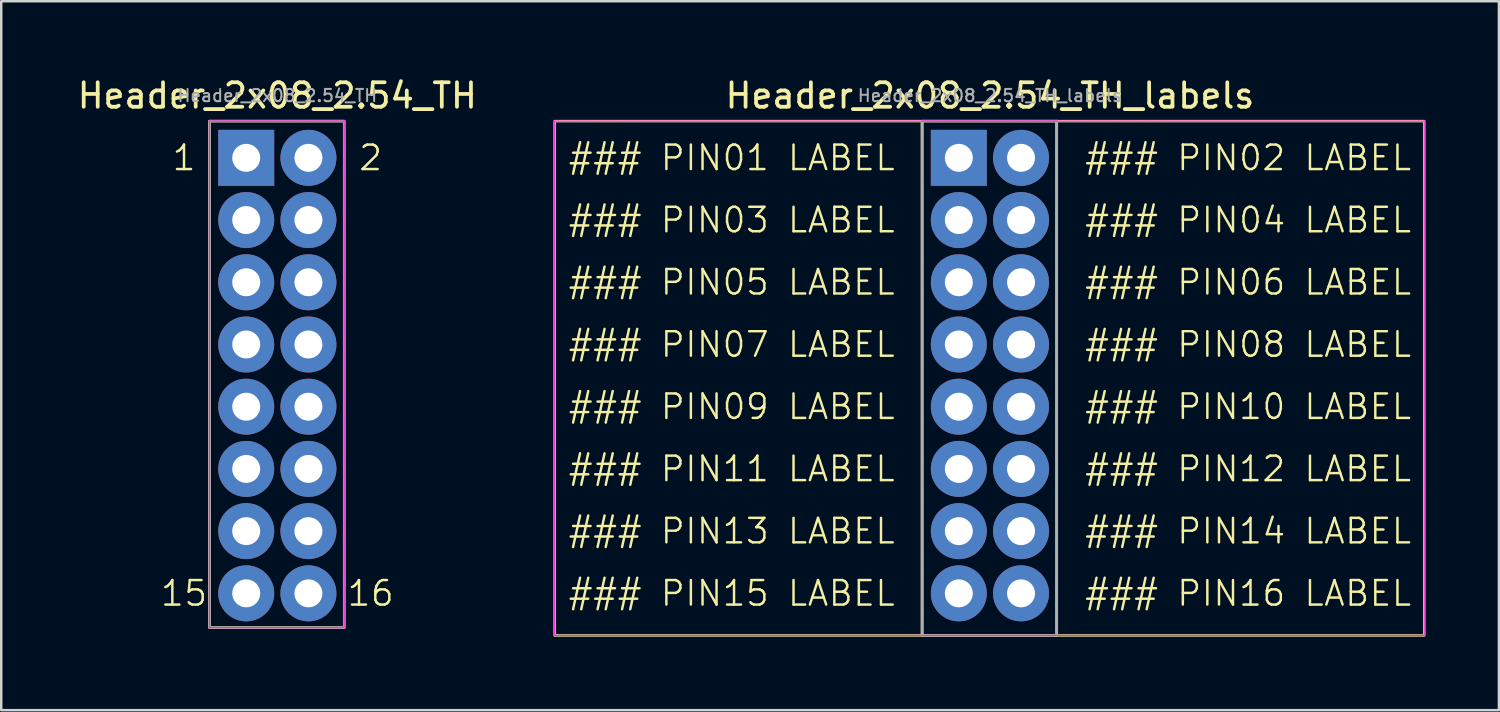
<source format=kicad_pcb>
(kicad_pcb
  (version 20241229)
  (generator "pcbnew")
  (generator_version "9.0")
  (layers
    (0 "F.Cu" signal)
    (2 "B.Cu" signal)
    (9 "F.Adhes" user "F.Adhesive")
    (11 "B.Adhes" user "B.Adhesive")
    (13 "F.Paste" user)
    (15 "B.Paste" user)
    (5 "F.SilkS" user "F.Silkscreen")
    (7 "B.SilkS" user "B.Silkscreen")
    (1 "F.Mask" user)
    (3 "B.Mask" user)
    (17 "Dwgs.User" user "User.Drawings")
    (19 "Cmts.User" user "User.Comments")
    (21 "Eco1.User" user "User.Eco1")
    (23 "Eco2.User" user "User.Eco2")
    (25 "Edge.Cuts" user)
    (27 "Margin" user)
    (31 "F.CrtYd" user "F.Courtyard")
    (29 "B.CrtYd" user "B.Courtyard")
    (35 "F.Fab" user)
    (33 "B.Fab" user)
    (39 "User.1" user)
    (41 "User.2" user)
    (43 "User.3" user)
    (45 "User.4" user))
  (footprint "Header_2x08_2.54_TH"
    (layer "F.Cu")
    (at 7.002 3.394)
    (property "Reference" "Header_2x08_2.54_TH" (at 1.27 -2.54 0) (layer "F.SilkS") (effects (font (size 1 1) (thickness 0.153))))
    (attr through_hole)
    (fp_rect (start -1.5 -1.5) (end 4 19.18) (stroke (width 0.1) (type default)) (fill no) (layer "F.SilkS"))
    (fp_line (start -1.5 -1.5) (end 4 -1.5) (stroke (width 0.05) (type default)) (layer "F.CrtYd"))
    (fp_line (start -1.5 19.18) (end -1.5 -1.5) (stroke (width 0.05) (type default)) (layer "F.CrtYd"))
    (fp_line (start 4 -1.5) (end 4 19.18) (stroke (width 0.05) (type default)) (layer "F.CrtYd"))
    (fp_line (start 4 19.18) (end -1.5 19.18) (stroke (width 0.05) (type default)) (layer "F.CrtYd"))
    (fp_rect (start -1.5 -1.5) (end 4 19.18) (stroke (width 0.1) (type default)) (fill no) (layer "F.Fab"))
    (fp_text user "15" (at -2.54 17.78 0) (unlocked yes) (layer "F.SilkS") (effects (font (size 1 1) (thickness 0.1))))
    (fp_text user "2" (at 5.08 0 0) (unlocked yes) (layer "F.SilkS") (effects (font (size 1 1) (thickness 0.1))))
    (fp_text user "1" (at -2.54 0 0) (unlocked yes) (layer "F.SilkS") (effects (font (size 1 1) (thickness 0.1))))
    (fp_text user "16" (at 5.08 17.78 0) (unlocked yes) (layer "F.SilkS") (effects (font (size 1 1) (thickness 0.1))))
    (fp_text user "${REFERENCE}" (at 1.27 -2.54 0) (layer "F.Fab") (effects (font (size 0.5 0.5) (thickness 0.08))))
    (pad "1" thru_hole rect (at 0 0) (size 2.286 2.286) (drill 1.143) (layers "*.Cu" "*.Mask"))
    (pad "2" thru_hole circle (at 2.54 0) (size 2.286 2.286) (drill 1.143) (layers "*.Cu" "*.Mask"))
    (pad "3" thru_hole circle (at 0 2.54) (size 2.286 2.286) (drill 1.143) (layers "*.Cu" "*.Mask"))
    (pad "4" thru_hole circle (at 2.54 2.54) (size 2.286 2.286) (drill 1.143) (layers "*.Cu" "*.Mask"))
    (pad "5" thru_hole circle (at 0 5.08) (size 2.286 2.286) (drill 1.143) (layers "*.Cu" "*.Mask"))
    (pad "6" thru_hole circle (at 2.54 5.08) (size 2.286 2.286) (drill 1.143) (layers "*.Cu" "*.Mask"))
    (pad "7" thru_hole circle (at 0 7.62) (size 2.286 2.286) (drill 1.143) (layers "*.Cu" "*.Mask"))
    (pad "8" thru_hole circle (at 2.54 7.62) (size 2.286 2.286) (drill 1.143) (layers "*.Cu" "*.Mask"))
    (pad "9" thru_hole circle (at 0 10.16) (size 2.286 2.286) (drill 1.143) (layers "*.Cu" "*.Mask"))
    (pad "10" thru_hole circle (at 2.54 10.16) (size 2.286 2.286) (drill 1.143) (layers "*.Cu" "*.Mask"))
    (pad "11" thru_hole circle (at 0 12.7) (size 2.286 2.286) (drill 1.143) (layers "*.Cu" "*.Mask"))
    (pad "12" thru_hole circle (at 2.54 12.7) (size 2.286 2.286) (drill 1.143) (layers "*.Cu" "*.Mask"))
    (pad "13" thru_hole circle (at 0 15.24) (size 2.286 2.286) (drill 1.143) (layers "*.Cu" "*.Mask"))
    (pad "14" thru_hole circle (at 2.54 15.24) (size 2.286 2.286) (drill 1.143) (layers "*.Cu" "*.Mask"))
    (pad "15" thru_hole circle (at 0 17.78) (size 2.286 2.286) (drill 1.143) (layers "*.Cu" "*.Mask"))
    (pad "16" thru_hole circle (at 2.54 17.78) (size 2.286 2.286) (drill 1.143) (layers "*.Cu" "*.Mask")))
  (footprint "Header_2x08_2.54_TH_labels"
    (layer "F.Cu")
    (at 36.095 3.394)
    (property "Reference" "Header_2x08_2.54_TH_labels" (at 1.27 -2.54 0) (layer "F.SilkS") (effects (font (size 1 1) (thickness 0.153))))
    (attr through_hole)
    (fp_rect (start -16.5 -1.5) (end -1.5 19.5) (stroke (width 0.1) (type default)) (fill no) (layer "F.SilkS"))
    (fp_rect (start -1.5 -1.5) (end 4 19.5) (stroke (width 0.1) (type default)) (fill no) (layer "F.SilkS"))
    (fp_rect (start 4 -1.5) (end 19 19.5) (stroke (width 0.1) (type default)) (fill no) (layer "F.SilkS"))
    (fp_line (start -16.5 -1.5) (end 19 -1.5) (stroke (width 0.05) (type default)) (layer "F.CrtYd"))
    (fp_line (start -16.5 19.5) (end -16.5 -1.5) (stroke (width 0.05) (type default)) (layer "F.CrtYd"))
    (fp_line (start 19 -1.5) (end 19 19.5) (stroke (width 0.05) (type default)) (layer "F.CrtYd"))
    (fp_line (start 19 19.5) (end -16.5 19.5) (stroke (width 0.05) (type default)) (layer "F.CrtYd"))
    (fp_rect (start -1.5 -1.5) (end 4 19.5) (stroke (width 0.1) (type default)) (fill no) (layer "F.Fab"))
    (fp_text user "### PIN07 LABEL" (at -2.54 7.62 0) (unlocked yes) (layer "F.SilkS") (effects (font (size 1 1) (thickness 0.1)) (justify right)))
    (fp_text user "### PIN16 LABEL" (at 5.08 17.78 0) (unlocked yes) (layer "F.SilkS") (effects (font (size 1 1) (thickness 0.1)) (justify left)))
    (fp_text user "### PIN06 LABEL" (at 5.08 5.08 0) (unlocked yes) (layer "F.SilkS") (effects (font (size 1 1) (thickness 0.1)) (justify left)))
    (fp_text user "### PIN09 LABEL" (at -2.54 10.16 0) (unlocked yes) (layer "F.SilkS") (effects (font (size 1 1) (thickness 0.1)) (justify right)))
    (fp_text user "### PIN04 LABEL" (at 5.08 2.54 0) (unlocked yes) (layer "F.SilkS") (effects (font (size 1 1) (thickness 0.1)) (justify left)))
    (fp_text user "### PIN08 LABEL" (at 5.08 7.62 0) (unlocked yes) (layer "F.SilkS") (effects (font (size 1 1) (thickness 0.1)) (justify left)))
    (fp_text user "### PIN10 LABEL" (at 5.08 10.16 0) (unlocked yes) (layer "F.SilkS") (effects (font (size 1 1) (thickness 0.1)) (justify left)))
    (fp_text user "### PIN01 LABEL" (at -2.54 0 0) (unlocked yes) (layer "F.SilkS") (effects (font (size 1 1) (thickness 0.1)) (justify right)))
    (fp_text user "### PIN02 LABEL" (at 5.08 0 0) (unlocked yes) (layer "F.SilkS") (effects (font (size 1 1) (thickness 0.1)) (justify left)))
    (fp_text user "### PIN13 LABEL" (at -2.54 15.24 0) (unlocked yes) (layer "F.SilkS") (effects (font (size 1 1) (thickness 0.1)) (justify right)))
    (fp_text user "### PIN12 LABEL" (at 5.08 12.7 0) (unlocked yes) (layer "F.SilkS") (effects (font (size 1 1) (thickness 0.1)) (justify left)))
    (fp_text user "### PIN05 LABEL" (at -2.54 5.08 0) (unlocked yes) (layer "F.SilkS") (effects (font (size 1 1) (thickness 0.1)) (justify right)))
    (fp_text user "### PIN03 LABEL" (at -2.54 2.54 0) (unlocked yes) (layer "F.SilkS") (effects (font (size 1 1) (thickness 0.1)) (justify right)))
    (fp_text user "### PIN15 LABEL" (at -2.54 17.78 0) (unlocked yes) (layer "F.SilkS") (effects (font (size 1 1) (thickness 0.1)) (justify right)))
    (fp_text user "### PIN11 LABEL" (at -2.54 12.7 0) (unlocked yes) (layer "F.SilkS") (effects (font (size 1 1) (thickness 0.1)) (justify right)))
    (fp_text user "### PIN14 LABEL" (at 5.08 15.24 0) (unlocked yes) (layer "F.SilkS") (effects (font (size 1 1) (thickness 0.1)) (justify left)))
    (fp_text user "${REFERENCE}" (at 1.27 -2.54 0) (layer "F.Fab") (effects (font (size 0.5 0.5) (thickness 0.08))))
    (pad "1" thru_hole rect (at 0 0) (size 2.286 2.286) (drill 1.143) (layers "*.Cu" "*.Mask"))
    (pad "2" thru_hole circle (at 2.54 0) (size 2.286 2.286) (drill 1.143) (layers "*.Cu" "*.Mask"))
    (pad "3" thru_hole circle (at 0 2.54) (size 2.286 2.286) (drill 1.143) (layers "*.Cu" "*.Mask"))
    (pad "4" thru_hole circle (at 2.54 2.54) (size 2.286 2.286) (drill 1.143) (layers "*.Cu" "*.Mask"))
    (pad "5" thru_hole circle (at 0 5.08) (size 2.286 2.286) (drill 1.143) (layers "*.Cu" "*.Mask"))
    (pad "6" thru_hole circle (at 2.54 5.08) (size 2.286 2.286) (drill 1.143) (layers "*.Cu" "*.Mask"))
    (pad "7" thru_hole circle (at 0 7.62) (size 2.286 2.286) (drill 1.143) (layers "*.Cu" "*.Mask"))
    (pad "8" thru_hole circle (at 2.54 7.62) (size 2.286 2.286) (drill 1.143) (layers "*.Cu" "*.Mask"))
    (pad "9" thru_hole circle (at 0 10.16) (size 2.286 2.286) (drill 1.143) (layers "*.Cu" "*.Mask"))
    (pad "10" thru_hole circle (at 2.54 10.16) (size 2.286 2.286) (drill 1.143) (layers "*.Cu" "*.Mask"))
    (pad "11" thru_hole circle (at 0 12.7) (size 2.286 2.286) (drill 1.143) (layers "*.Cu" "*.Mask"))
    (pad "12" thru_hole circle (at 2.54 12.7) (size 2.286 2.286) (drill 1.143) (layers "*.Cu" "*.Mask"))
    (pad "13" thru_hole circle (at 0 15.24) (size 2.286 2.286) (drill 1.143) (layers "*.Cu" "*.Mask"))
    (pad "14" thru_hole circle (at 2.54 15.24) (size 2.286 2.286) (drill 1.143) (layers "*.Cu" "*.Mask"))
    (pad "15" thru_hole circle (at 0 17.78) (size 2.286 2.286) (drill 1.143) (layers "*.Cu" "*.Mask"))
    (pad "16" thru_hole circle (at 2.54 17.78) (size 2.286 2.286) (drill 1.143) (layers "*.Cu" "*.Mask")))
  (gr_rect
    (start -3 -3)
    (end 58.145 25.944)
    (stroke (width 0.1) (type default))
    (fill no)
    (layer "Edge.Cuts")))
</source>
